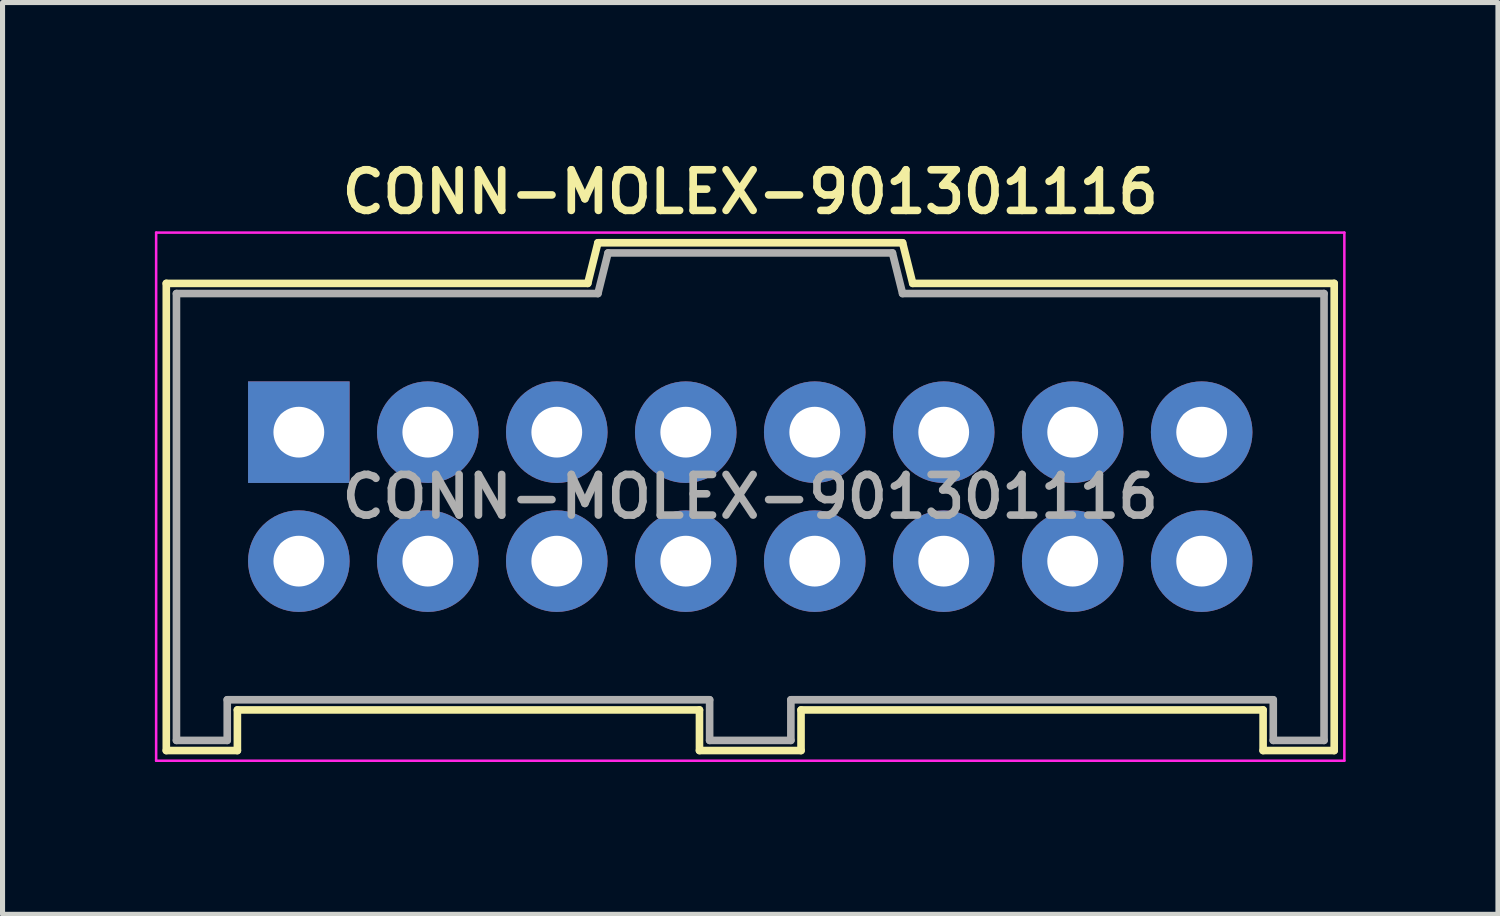
<source format=kicad_pcb>
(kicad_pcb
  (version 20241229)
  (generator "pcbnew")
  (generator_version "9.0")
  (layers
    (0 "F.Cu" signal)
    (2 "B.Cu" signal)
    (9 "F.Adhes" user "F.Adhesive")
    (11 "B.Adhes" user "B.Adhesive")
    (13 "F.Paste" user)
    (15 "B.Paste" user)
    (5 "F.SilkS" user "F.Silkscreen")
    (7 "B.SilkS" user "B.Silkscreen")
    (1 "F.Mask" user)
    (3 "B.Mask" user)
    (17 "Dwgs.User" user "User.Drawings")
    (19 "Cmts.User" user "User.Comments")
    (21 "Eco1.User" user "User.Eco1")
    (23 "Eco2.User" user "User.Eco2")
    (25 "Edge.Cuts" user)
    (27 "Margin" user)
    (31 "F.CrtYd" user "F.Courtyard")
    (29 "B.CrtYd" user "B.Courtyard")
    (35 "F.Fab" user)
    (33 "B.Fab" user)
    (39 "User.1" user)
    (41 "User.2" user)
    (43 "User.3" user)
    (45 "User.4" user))
  (footprint "CONN-MOLEX-901301116"
    (layer "F.Cu")
    (at 11.725 6.731)
    (property "Reference" "CONN-MOLEX-901301116" (at 0 -6 0) (layer "F.SilkS") (effects (font (size 0.8 0.8) (thickness 0.15))))
    (attr through_hole)
    (fp_line (start -11.5 -4.2) (end -11.5 5) (stroke (width 0.15) (type solid)) (layer "F.SilkS"))
    (fp_line (start -11.5 -4.2) (end -3.2 -4.2) (stroke (width 0.15) (type solid)) (layer "F.SilkS"))
    (fp_line (start -11.5 5) (end -10.1 5) (stroke (width 0.15) (type solid)) (layer "F.SilkS"))
    (fp_line (start -10.1 4.2) (end -1 4.2) (stroke (width 0.15) (type solid)) (layer "F.SilkS"))
    (fp_line (start -10.1 5) (end -10.1 4.2) (stroke (width 0.15) (type solid)) (layer "F.SilkS"))
    (fp_line (start -3 -5) (end -3.2 -4.2) (stroke (width 0.15) (type solid)) (layer "F.SilkS"))
    (fp_line (start -3 -5) (end 3 -5) (stroke (width 0.15) (type solid)) (layer "F.SilkS"))
    (fp_line (start -1 4.2) (end -1 5) (stroke (width 0.15) (type solid)) (layer "F.SilkS"))
    (fp_line (start -1 5) (end 1 5) (stroke (width 0.15) (type solid)) (layer "F.SilkS"))
    (fp_line (start 1 4.2) (end 10.1 4.2) (stroke (width 0.15) (type solid)) (layer "F.SilkS"))
    (fp_line (start 1 5) (end 1 4.2) (stroke (width 0.15) (type solid)) (layer "F.SilkS"))
    (fp_line (start 3.2 -4.2) (end 3 -5) (stroke (width 0.15) (type solid)) (layer "F.SilkS"))
    (fp_line (start 10.1 4.2) (end 10.1 5) (stroke (width 0.15) (type solid)) (layer "F.SilkS"))
    (fp_line (start 10.1 5) (end 11.5 5) (stroke (width 0.15) (type solid)) (layer "F.SilkS"))
    (fp_line (start 11.5 -4.2) (end 3.2 -4.2) (stroke (width 0.15) (type solid)) (layer "F.SilkS"))
    (fp_line (start 11.5 5) (end 11.5 -4.2) (stroke (width 0.15) (type solid)) (layer "F.SilkS"))
    (fp_line (start -11.7 -5.2) (end 11.7 -5.2) (stroke (width 0.05) (type solid)) (layer "F.CrtYd"))
    (fp_line (start -11.7 5.2) (end -11.7 -5.2) (stroke (width 0.05) (type solid)) (layer "F.CrtYd"))
    (fp_line (start 11.7 -5.2) (end 11.7 5.2) (stroke (width 0.05) (type solid)) (layer "F.CrtYd"))
    (fp_line (start 11.7 5.2) (end -11.7 5.2) (stroke (width 0.05) (type solid)) (layer "F.CrtYd"))
    (fp_line (start -11.3 -4) (end -3 -4) (stroke (width 0.15) (type solid)) (layer "F.Fab"))
    (fp_line (start -11.3 4.8) (end -11.3 -4) (stroke (width 0.15) (type solid)) (layer "F.Fab"))
    (fp_line (start -10.3 4) (end -10.3 4.8) (stroke (width 0.15) (type solid)) (layer "F.Fab"))
    (fp_line (start -10.3 4.8) (end -11.3 4.8) (stroke (width 0.15) (type solid)) (layer "F.Fab"))
    (fp_line (start -9.19 -1.57) (end -8.59 -1.57) (stroke (width 0.15) (type solid)) (layer "F.Fab"))
    (fp_line (start -9.19 -0.97) (end -9.19 -1.57) (stroke (width 0.15) (type solid)) (layer "F.Fab"))
    (fp_line (start -9.19 0.97) (end -8.59 0.97) (stroke (width 0.15) (type solid)) (layer "F.Fab"))
    (fp_line (start -9.19 1.57) (end -9.19 0.97) (stroke (width 0.15) (type solid)) (layer "F.Fab"))
    (fp_line (start -8.59 -1.57) (end -8.59 -0.97) (stroke (width 0.15) (type solid)) (layer "F.Fab"))
    (fp_line (start -8.59 -0.97) (end -9.19 -0.97) (stroke (width 0.15) (type solid)) (layer "F.Fab"))
    (fp_line (start -8.59 0.97) (end -8.59 1.57) (stroke (width 0.15) (type solid)) (layer "F.Fab"))
    (fp_line (start -8.59 1.57) (end -9.19 1.57) (stroke (width 0.15) (type solid)) (layer "F.Fab"))
    (fp_line (start -6.65 -1.57) (end -6.05 -1.57) (stroke (width 0.15) (type solid)) (layer "F.Fab"))
    (fp_line (start -6.65 -0.97) (end -6.65 -1.57) (stroke (width 0.15) (type solid)) (layer "F.Fab"))
    (fp_line (start -6.65 0.97) (end -6.05 0.97) (stroke (width 0.15) (type solid)) (layer "F.Fab"))
    (fp_line (start -6.65 1.57) (end -6.65 0.97) (stroke (width 0.15) (type solid)) (layer "F.Fab"))
    (fp_line (start -6.05 -1.57) (end -6.05 -0.97) (stroke (width 0.15) (type solid)) (layer "F.Fab"))
    (fp_line (start -6.05 -0.97) (end -6.65 -0.97) (stroke (width 0.15) (type solid)) (layer "F.Fab"))
    (fp_line (start -6.05 0.97) (end -6.05 1.57) (stroke (width 0.15) (type solid)) (layer "F.Fab"))
    (fp_line (start -6.05 1.57) (end -6.65 1.57) (stroke (width 0.15) (type solid)) (layer "F.Fab"))
    (fp_line (start -4.11 -1.57) (end -3.51 -1.57) (stroke (width 0.15) (type solid)) (layer "F.Fab"))
    (fp_line (start -4.11 -0.97) (end -4.11 -1.57) (stroke (width 0.15) (type solid)) (layer "F.Fab"))
    (fp_line (start -4.11 0.97) (end -3.51 0.97) (stroke (width 0.15) (type solid)) (layer "F.Fab"))
    (fp_line (start -4.11 1.57) (end -4.11 0.97) (stroke (width 0.15) (type solid)) (layer "F.Fab"))
    (fp_line (start -3.51 -1.57) (end -3.51 -0.97) (stroke (width 0.15) (type solid)) (layer "F.Fab"))
    (fp_line (start -3.51 -0.97) (end -4.11 -0.97) (stroke (width 0.15) (type solid)) (layer "F.Fab"))
    (fp_line (start -3.51 0.97) (end -3.51 1.57) (stroke (width 0.15) (type solid)) (layer "F.Fab"))
    (fp_line (start -3.51 1.57) (end -4.11 1.57) (stroke (width 0.15) (type solid)) (layer "F.Fab"))
    (fp_line (start -3 -4) (end -2.8 -4.8) (stroke (width 0.15) (type solid)) (layer "F.Fab"))
    (fp_line (start -2.8 -4.8) (end 2.8 -4.8) (stroke (width 0.15) (type solid)) (layer "F.Fab"))
    (fp_line (start -1.57 -1.57) (end -0.97 -1.57) (stroke (width 0.15) (type solid)) (layer "F.Fab"))
    (fp_line (start -1.57 -0.97) (end -1.57 -1.57) (stroke (width 0.15) (type solid)) (layer "F.Fab"))
    (fp_line (start -1.57 0.97) (end -0.97 0.97) (stroke (width 0.15) (type solid)) (layer "F.Fab"))
    (fp_line (start -1.57 1.57) (end -1.57 0.97) (stroke (width 0.15) (type solid)) (layer "F.Fab"))
    (fp_line (start -0.97 -1.57) (end -0.97 -0.97) (stroke (width 0.15) (type solid)) (layer "F.Fab"))
    (fp_line (start -0.97 -0.97) (end -1.57 -0.97) (stroke (width 0.15) (type solid)) (layer "F.Fab"))
    (fp_line (start -0.97 0.97) (end -0.97 1.57) (stroke (width 0.15) (type solid)) (layer "F.Fab"))
    (fp_line (start -0.97 1.57) (end -1.57 1.57) (stroke (width 0.15) (type solid)) (layer "F.Fab"))
    (fp_line (start -0.8 4) (end -10.3 4) (stroke (width 0.15) (type solid)) (layer "F.Fab"))
    (fp_line (start -0.8 4.8) (end -0.8 4) (stroke (width 0.15) (type solid)) (layer "F.Fab"))
    (fp_line (start 0.8 4) (end 0.8 4.8) (stroke (width 0.15) (type solid)) (layer "F.Fab"))
    (fp_line (start 0.8 4.8) (end -0.8 4.8) (stroke (width 0.15) (type solid)) (layer "F.Fab"))
    (fp_line (start 0.97 -1.57) (end 1.57 -1.57) (stroke (width 0.15) (type solid)) (layer "F.Fab"))
    (fp_line (start 0.97 -0.97) (end 0.97 -1.57) (stroke (width 0.15) (type solid)) (layer "F.Fab"))
    (fp_line (start 0.97 0.97) (end 1.57 0.97) (stroke (width 0.15) (type solid)) (layer "F.Fab"))
    (fp_line (start 0.97 1.57) (end 0.97 0.97) (stroke (width 0.15) (type solid)) (layer "F.Fab"))
    (fp_line (start 1.57 -1.57) (end 1.57 -0.97) (stroke (width 0.15) (type solid)) (layer "F.Fab"))
    (fp_line (start 1.57 -0.97) (end 0.97 -0.97) (stroke (width 0.15) (type solid)) (layer "F.Fab"))
    (fp_line (start 1.57 0.97) (end 1.57 1.57) (stroke (width 0.15) (type solid)) (layer "F.Fab"))
    (fp_line (start 1.57 1.57) (end 0.97 1.57) (stroke (width 0.15) (type solid)) (layer "F.Fab"))
    (fp_line (start 2.8 -4.8) (end 3 -4) (stroke (width 0.15) (type solid)) (layer "F.Fab"))
    (fp_line (start 3 -4) (end 11.3 -4) (stroke (width 0.15) (type solid)) (layer "F.Fab"))
    (fp_line (start 3.51 -1.57) (end 4.11 -1.57) (stroke (width 0.15) (type solid)) (layer "F.Fab"))
    (fp_line (start 3.51 -0.97) (end 3.51 -1.57) (stroke (width 0.15) (type solid)) (layer "F.Fab"))
    (fp_line (start 3.51 0.97) (end 4.11 0.97) (stroke (width 0.15) (type solid)) (layer "F.Fab"))
    (fp_line (start 3.51 1.57) (end 3.51 0.97) (stroke (width 0.15) (type solid)) (layer "F.Fab"))
    (fp_line (start 4.11 -1.57) (end 4.11 -0.97) (stroke (width 0.15) (type solid)) (layer "F.Fab"))
    (fp_line (start 4.11 -0.97) (end 3.51 -0.97) (stroke (width 0.15) (type solid)) (layer "F.Fab"))
    (fp_line (start 4.11 0.97) (end 4.11 1.57) (stroke (width 0.15) (type solid)) (layer "F.Fab"))
    (fp_line (start 4.11 1.57) (end 3.51 1.57) (stroke (width 0.15) (type solid)) (layer "F.Fab"))
    (fp_line (start 6.05 -1.57) (end 6.65 -1.57) (stroke (width 0.15) (type solid)) (layer "F.Fab"))
    (fp_line (start 6.05 -0.97) (end 6.05 -1.57) (stroke (width 0.15) (type solid)) (layer "F.Fab"))
    (fp_line (start 6.05 0.97) (end 6.65 0.97) (stroke (width 0.15) (type solid)) (layer "F.Fab"))
    (fp_line (start 6.05 1.57) (end 6.05 0.97) (stroke (width 0.15) (type solid)) (layer "F.Fab"))
    (fp_line (start 6.65 -1.57) (end 6.65 -0.97) (stroke (width 0.15) (type solid)) (layer "F.Fab"))
    (fp_line (start 6.65 -0.97) (end 6.05 -0.97) (stroke (width 0.15) (type solid)) (layer "F.Fab"))
    (fp_line (start 6.65 0.97) (end 6.65 1.57) (stroke (width 0.15) (type solid)) (layer "F.Fab"))
    (fp_line (start 6.65 1.57) (end 6.05 1.57) (stroke (width 0.15) (type solid)) (layer "F.Fab"))
    (fp_line (start 8.59 -1.57) (end 9.19 -1.57) (stroke (width 0.15) (type solid)) (layer "F.Fab"))
    (fp_line (start 8.59 -0.97) (end 8.59 -1.57) (stroke (width 0.15) (type solid)) (layer "F.Fab"))
    (fp_line (start 8.59 0.97) (end 9.19 0.97) (stroke (width 0.15) (type solid)) (layer "F.Fab"))
    (fp_line (start 8.59 1.57) (end 8.59 0.97) (stroke (width 0.15) (type solid)) (layer "F.Fab"))
    (fp_line (start 9.19 -1.57) (end 9.19 -0.97) (stroke (width 0.15) (type solid)) (layer "F.Fab"))
    (fp_line (start 9.19 -0.97) (end 8.59 -0.97) (stroke (width 0.15) (type solid)) (layer "F.Fab"))
    (fp_line (start 9.19 0.97) (end 9.19 1.57) (stroke (width 0.15) (type solid)) (layer "F.Fab"))
    (fp_line (start 9.19 1.57) (end 8.59 1.57) (stroke (width 0.15) (type solid)) (layer "F.Fab"))
    (fp_line (start 10.3 4) (end 0.8 4) (stroke (width 0.15) (type solid)) (layer "F.Fab"))
    (fp_line (start 10.3 4.8) (end 10.3 4) (stroke (width 0.15) (type solid)) (layer "F.Fab"))
    (fp_line (start 11.3 -4) (end 11.3 4.8) (stroke (width 0.15) (type solid)) (layer "F.Fab"))
    (fp_line (start 11.3 4.8) (end 10.3 4.8) (stroke (width 0.15) (type solid)) (layer "F.Fab"))
    (fp_text user "${REFERENCE}" (at 0 0 0) (layer "F.Fab") (effects (font (size 0.8 0.8) (thickness 0.15))))
    (pad "1" thru_hole rect (at -8.89 -1.27) (size 2 2) (drill 1) (layers "*.Cu" "*.Mask"))
    (pad "2" thru_hole circle (at -8.89 1.27) (size 2 2) (drill 1) (layers "*.Cu" "*.Mask"))
    (pad "3" thru_hole circle (at -6.35 -1.27) (size 2 2) (drill 1) (layers "*.Cu" "*.Mask"))
    (pad "4" thru_hole circle (at -6.35 1.27) (size 2 2) (drill 1) (layers "*.Cu" "*.Mask"))
    (pad "5" thru_hole circle (at -3.81 -1.27) (size 2 2) (drill 1) (layers "*.Cu" "*.Mask"))
    (pad "6" thru_hole circle (at -3.81 1.27) (size 2 2) (drill 1) (layers "*.Cu" "*.Mask"))
    (pad "7" thru_hole circle (at -1.27 -1.27) (size 2 2) (drill 1) (layers "*.Cu" "*.Mask"))
    (pad "8" thru_hole circle (at -1.27 1.27) (size 2 2) (drill 1) (layers "*.Cu" "*.Mask"))
    (pad "9" thru_hole circle (at 1.27 -1.27) (size 2 2) (drill 1) (layers "*.Cu" "*.Mask"))
    (pad "10" thru_hole circle (at 1.27 1.27) (size 2 2) (drill 1) (layers "*.Cu" "*.Mask"))
    (pad "11" thru_hole circle (at 3.81 -1.27) (size 2 2) (drill 1) (layers "*.Cu" "*.Mask"))
    (pad "12" thru_hole circle (at 3.81 1.27) (size 2 2) (drill 1) (layers "*.Cu" "*.Mask"))
    (pad "13" thru_hole circle (at 6.35 -1.27) (size 2 2) (drill 1) (layers "*.Cu" "*.Mask"))
    (pad "14" thru_hole circle (at 6.35 1.27) (size 2 2) (drill 1) (layers "*.Cu" "*.Mask"))
    (pad "15" thru_hole circle (at 8.89 -1.27) (size 2 2) (drill 1) (layers "*.Cu" "*.Mask"))
    (pad "16" thru_hole circle (at 8.89 1.27) (size 2 2) (drill 1) (layers "*.Cu" "*.Mask")))
  (gr_rect
    (start -3 -3)
    (end 26.45 14.956)
    (stroke (width 0.1) (type default))
    (fill no)
    (layer "Edge.Cuts")))
</source>
